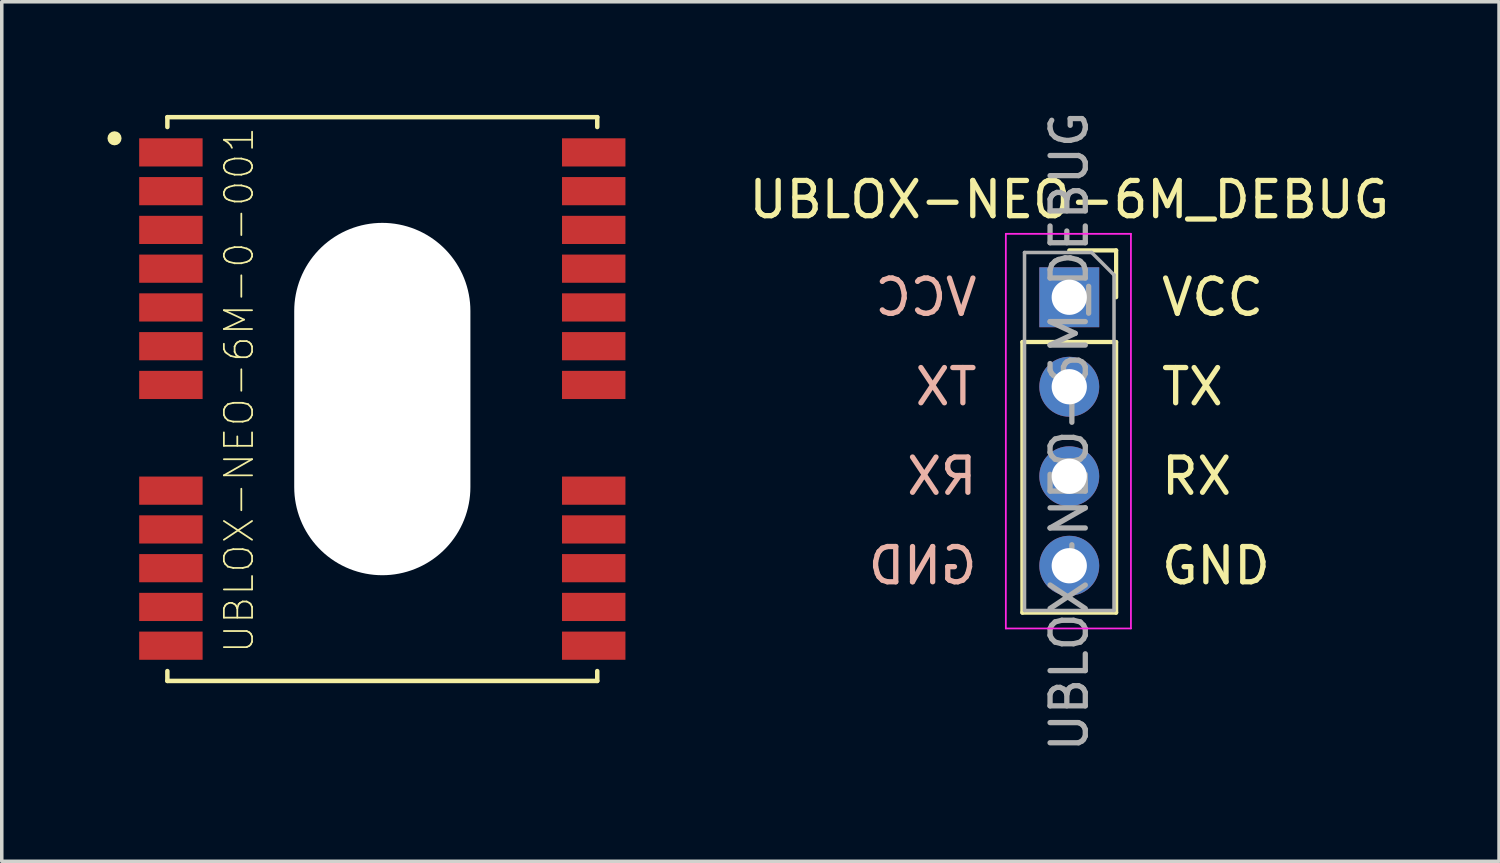
<source format=kicad_pcb>
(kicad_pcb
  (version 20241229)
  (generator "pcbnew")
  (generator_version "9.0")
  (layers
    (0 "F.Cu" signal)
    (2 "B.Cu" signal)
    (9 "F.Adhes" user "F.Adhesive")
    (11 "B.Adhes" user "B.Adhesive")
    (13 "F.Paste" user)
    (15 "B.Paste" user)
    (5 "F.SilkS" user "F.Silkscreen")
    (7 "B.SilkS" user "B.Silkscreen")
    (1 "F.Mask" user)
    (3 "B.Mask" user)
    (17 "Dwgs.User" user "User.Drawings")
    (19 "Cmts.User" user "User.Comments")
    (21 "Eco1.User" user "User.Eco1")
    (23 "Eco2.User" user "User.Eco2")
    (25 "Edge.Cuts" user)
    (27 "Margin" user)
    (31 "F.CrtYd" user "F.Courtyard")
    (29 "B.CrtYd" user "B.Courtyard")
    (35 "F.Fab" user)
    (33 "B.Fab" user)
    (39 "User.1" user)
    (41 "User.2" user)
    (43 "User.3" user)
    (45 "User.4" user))
  (footprint "UBLOX-NEO-6M_DEBUG"
    (layer "F.Cu")
    (at 27.296 5.386)
    (property "Reference" "UBLOX-NEO-6M_DEBUG" (at 0 -2.77 0) (layer "F.SilkS") (effects (font (size 1 1) (thickness 0.15))))
    (attr through_hole)
    (fp_line (start -1.33 1.27) (end -1.33 8.95) (stroke (width 0.12) (type solid)) (layer "F.SilkS"))
    (fp_line (start -1.33 1.27) (end 1.33 1.27) (stroke (width 0.12) (type solid)) (layer "F.SilkS"))
    (fp_line (start -1.33 8.95) (end 1.33 8.95) (stroke (width 0.12) (type solid)) (layer "F.SilkS"))
    (fp_line (start 0 -1.33) (end 1.33 -1.33) (stroke (width 0.12) (type solid)) (layer "F.SilkS"))
    (fp_line (start 1.33 -1.33) (end 1.33 0) (stroke (width 0.12) (type solid)) (layer "F.SilkS"))
    (fp_line (start 1.33 1.27) (end 1.33 8.95) (stroke (width 0.12) (type solid)) (layer "F.SilkS"))
    (fp_line (start -1.8 -1.8) (end 1.75 -1.8) (stroke (width 0.05) (type solid)) (layer "F.CrtYd"))
    (fp_line (start -1.8 9.4) (end -1.8 -1.8) (stroke (width 0.05) (type solid)) (layer "F.CrtYd"))
    (fp_line (start 1.75 -1.8) (end 1.75 9.4) (stroke (width 0.05) (type solid)) (layer "F.CrtYd"))
    (fp_line (start 1.75 9.4) (end -1.8 9.4) (stroke (width 0.05) (type solid)) (layer "F.CrtYd"))
    (fp_line (start -1.27 -1.27) (end 0.635 -1.27) (stroke (width 0.1) (type solid)) (layer "F.Fab"))
    (fp_line (start -1.27 8.89) (end -1.27 -1.27) (stroke (width 0.1) (type solid)) (layer "F.Fab"))
    (fp_line (start 0.635 -1.27) (end 1.27 -0.635) (stroke (width 0.1) (type solid)) (layer "F.Fab"))
    (fp_line (start 1.27 -0.635) (end 1.27 8.89) (stroke (width 0.1) (type solid)) (layer "F.Fab"))
    (fp_line (start 1.27 8.89) (end -1.27 8.89) (stroke (width 0.1) (type solid)) (layer "F.Fab"))
    (fp_text user "RX" (at 2.54 5.08 0) (layer "F.SilkS") (effects (font (size 1 1) (thickness 0.15)) (justify left)))
    (fp_text user "GND" (at 2.54 7.62 0) (layer "F.SilkS") (effects (font (size 1 1) (thickness 0.15)) (justify left)))
    (fp_text user "VCC" (at 2.54 0 0) (layer "F.SilkS") (effects (font (size 1 1) (thickness 0.15)) (justify left)))
    (fp_text user "TX" (at 2.54 2.54 0) (layer "F.SilkS") (effects (font (size 1 1) (thickness 0.15)) (justify left)))
    (fp_text user "TX" (at -2.54 2.54 0) (layer "B.SilkS") (effects (font (size 1 1) (thickness 0.15)) (justify left mirror)))
    (fp_text user "VCC" (at -2.54 0 0) (layer "B.SilkS") (effects (font (size 1 1) (thickness 0.15)) (justify left mirror)))
    (fp_text user "GND" (at -2.54 7.62 0) (layer "B.SilkS") (effects (font (size 1 1) (thickness 0.15)) (justify left mirror)))
    (fp_text user "RX" (at -2.54 5.08 0) (layer "B.SilkS") (effects (font (size 1 1) (thickness 0.15)) (justify left mirror)))
    (fp_text user "${REFERENCE}" (at 0 3.81 90) (layer "F.Fab") (effects (font (size 1 1) (thickness 0.15))))
    (pad "1" thru_hole rect (at 0 0) (size 1.7 1.7) (drill 1) (layers "*.Cu" "*.Mask"))
    (pad "2" thru_hole oval (at 0 2.54) (size 1.7 1.7) (drill 1) (layers "*.Cu" "*.Mask"))
    (pad "3" thru_hole oval (at 0 5.08) (size 1.7 1.7) (drill 1) (layers "*.Cu" "*.Mask"))
    (pad "4" thru_hole oval (at 0 7.62) (size 1.7 1.7) (drill 1) (layers "*.Cu" "*.Mask")))
  (footprint "UBLOX-NEO-6M-0-001"
    (layer "F.Cu")
    (at 7.8 8.275)
    (property "Reference" "UBLOX-NEO-6M-0-001" (at -4.064 -0.254 270) (layer "F.SilkS") (effects (font (size 0.8 0.8) (thickness 0.05))))
    (attr smd)
    (fp_line (start -6.1 -8) (end 6.1 -8) (stroke (width 0.127) (type solid)) (layer "F.SilkS"))
    (fp_line (start -6.1 -7.72) (end -6.1 -8) (stroke (width 0.127) (type solid)) (layer "F.SilkS"))
    (fp_line (start -6.1 7.72) (end -6.1 8) (stroke (width 0.127) (type solid)) (layer "F.SilkS"))
    (fp_line (start -6.1 8) (end 6.1 8) (stroke (width 0.127) (type solid)) (layer "F.SilkS"))
    (fp_line (start 6.1 -8) (end 6.1 -7.72) (stroke (width 0.127) (type solid)) (layer "F.SilkS"))
    (fp_line (start 6.1 8) (end 6.1 7.72) (stroke (width 0.127) (type solid)) (layer "F.SilkS"))
    (fp_circle (center -7.6 -7.4) (end -7.5 -7.4) (stroke (width 0.2) (type solid)) (fill no) (layer "F.SilkS"))
    (fp_poly (pts (xy -7.3 -6.6) (xy -6.1 -6.6) (xy -6.1 -6.7) (xy -5.2 -6.7) (xy -5.2 -7.3) (xy -6.1 -7.3) (xy -6.1 -7.4) (xy -7.3 -7.4)) (stroke (width 0.0001) (type solid)) (fill yes) (layer "F.Paste"))
    (fp_poly (pts (xy -7.3 -5.5) (xy -6.1 -5.5) (xy -6.1 -5.6) (xy -5.2 -5.6) (xy -5.2 -6.2) (xy -6.1 -6.2) (xy -6.1 -6.3) (xy -7.3 -6.3)) (stroke (width 0.0001) (type solid)) (fill yes) (layer "F.Paste"))
    (fp_poly (pts (xy -7.3 -4.4) (xy -6.1 -4.4) (xy -6.1 -4.5) (xy -5.2 -4.5) (xy -5.2 -5.1) (xy -6.1 -5.1) (xy -6.1 -5.2) (xy -7.3 -5.2)) (stroke (width 0.0001) (type solid)) (fill yes) (layer "F.Paste"))
    (fp_poly (pts (xy -7.3 -3.3) (xy -6.1 -3.3) (xy -6.1 -3.4) (xy -5.2 -3.4) (xy -5.2 -4) (xy -6.1 -4) (xy -6.1 -4.1) (xy -7.3 -4.1)) (stroke (width 0.0001) (type solid)) (fill yes) (layer "F.Paste"))
    (fp_poly (pts (xy -7.3 -2.2) (xy -6.1 -2.2) (xy -6.1 -2.3) (xy -5.2 -2.3) (xy -5.2 -2.9) (xy -6.1 -2.9) (xy -6.1 -3) (xy -7.3 -3)) (stroke (width 0.0001) (type solid)) (fill yes) (layer "F.Paste"))
    (fp_poly (pts (xy -7.3 -1.1) (xy -6.1 -1.1) (xy -6.1 -1.2) (xy -5.2 -1.2) (xy -5.2 -1.8) (xy -6.1 -1.8) (xy -6.1 -1.9) (xy -7.3 -1.9)) (stroke (width 0.0001) (type solid)) (fill yes) (layer "F.Paste"))
    (fp_poly (pts (xy -7.3 0) (xy -6.1 0) (xy -6.1 -0.1) (xy -5.2 -0.1) (xy -5.2 -0.7) (xy -6.1 -0.7) (xy -6.1 -0.8) (xy -7.3 -0.8)) (stroke (width 0.0001) (type solid)) (fill yes) (layer "F.Paste"))
    (fp_poly (pts (xy -7.3 2.2) (xy -6.1 2.2) (xy -6.1 2.3) (xy -5.2 2.3) (xy -5.2 2.9) (xy -6.1 2.9) (xy -6.1 3) (xy -7.3 3)) (stroke (width 0.0001) (type solid)) (fill yes) (layer "F.Paste"))
    (fp_poly (pts (xy -7.3 3.3) (xy -6.1 3.3) (xy -6.1 3.4) (xy -5.2 3.4) (xy -5.2 4) (xy -6.1 4) (xy -6.1 4.1) (xy -7.3 4.1)) (stroke (width 0.0001) (type solid)) (fill yes) (layer "F.Paste"))
    (fp_poly (pts (xy -7.3 4.4) (xy -6.1 4.4) (xy -6.1 4.5) (xy -5.2 4.5) (xy -5.2 5.1) (xy -6.1 5.1) (xy -6.1 5.2) (xy -7.3 5.2)) (stroke (width 0.0001) (type solid)) (fill yes) (layer "F.Paste"))
    (fp_poly (pts (xy -7.3 5.5) (xy -6.1 5.5) (xy -6.1 5.6) (xy -5.2 5.6) (xy -5.2 6.2) (xy -6.1 6.2) (xy -6.1 6.3) (xy -7.3 6.3)) (stroke (width 0.0001) (type solid)) (fill yes) (layer "F.Paste"))
    (fp_poly (pts (xy -7.3 6.6) (xy -6.1 6.6) (xy -6.1 6.7) (xy -5.2 6.7) (xy -5.2 7.3) (xy -6.1 7.3) (xy -6.1 7.4) (xy -7.3 7.4)) (stroke (width 0.0001) (type solid)) (fill yes) (layer "F.Paste"))
    (fp_poly (pts (xy 7.3 -6.6) (xy 6.1 -6.6) (xy 6.1 -6.7) (xy 5.2 -6.7) (xy 5.2 -7.3) (xy 6.1 -7.3) (xy 6.1 -7.4) (xy 7.3 -7.4)) (stroke (width 0.0001) (type solid)) (fill yes) (layer "F.Paste"))
    (fp_poly (pts (xy 7.3 -5.5) (xy 6.1 -5.5) (xy 6.1 -5.6) (xy 5.2 -5.6) (xy 5.2 -6.2) (xy 6.1 -6.2) (xy 6.1 -6.3) (xy 7.3 -6.3)) (stroke (width 0.0001) (type solid)) (fill yes) (layer "F.Paste"))
    (fp_poly (pts (xy 7.3 -4.4) (xy 6.1 -4.4) (xy 6.1 -4.5) (xy 5.2 -4.5) (xy 5.2 -5.1) (xy 6.1 -5.1) (xy 6.1 -5.2) (xy 7.3 -5.2)) (stroke (width 0.0001) (type solid)) (fill yes) (layer "F.Paste"))
    (fp_poly (pts (xy 7.3 -3.3) (xy 6.1 -3.3) (xy 6.1 -3.4) (xy 5.2 -3.4) (xy 5.2 -4) (xy 6.1 -4) (xy 6.1 -4.1) (xy 7.3 -4.1)) (stroke (width 0.0001) (type solid)) (fill yes) (layer "F.Paste"))
    (fp_poly (pts (xy 7.3 -2.2) (xy 6.1 -2.2) (xy 6.1 -2.3) (xy 5.2 -2.3) (xy 5.2 -2.9) (xy 6.1 -2.9) (xy 6.1 -3) (xy 7.3 -3)) (stroke (width 0.0001) (type solid)) (fill yes) (layer "F.Paste"))
    (fp_poly (pts (xy 7.3 -1.1) (xy 6.1 -1.1) (xy 6.1 -1.2) (xy 5.2 -1.2) (xy 5.2 -1.8) (xy 6.1 -1.8) (xy 6.1 -1.9) (xy 7.3 -1.9)) (stroke (width 0.0001) (type solid)) (fill yes) (layer "F.Paste"))
    (fp_poly (pts (xy 7.3 0) (xy 6.1 0) (xy 6.1 -0.1) (xy 5.2 -0.1) (xy 5.2 -0.7) (xy 6.1 -0.7) (xy 6.1 -0.8) (xy 7.3 -0.8)) (stroke (width 0.0001) (type solid)) (fill yes) (layer "F.Paste"))
    (fp_poly (pts (xy 7.3 2.2) (xy 6.1 2.2) (xy 6.1 2.3) (xy 5.2 2.3) (xy 5.2 2.9) (xy 6.1 2.9) (xy 6.1 3) (xy 7.3 3)) (stroke (width 0.0001) (type solid)) (fill yes) (layer "F.Paste"))
    (fp_poly (pts (xy 7.3 3.3) (xy 6.1 3.3) (xy 6.1 3.4) (xy 5.2 3.4) (xy 5.2 4) (xy 6.1 4) (xy 6.1 4.1) (xy 7.3 4.1)) (stroke (width 0.0001) (type solid)) (fill yes) (layer "F.Paste"))
    (fp_poly (pts (xy 7.3 4.4) (xy 6.1 4.4) (xy 6.1 4.5) (xy 5.2 4.5) (xy 5.2 5.1) (xy 6.1 5.1) (xy 6.1 5.2) (xy 7.3 5.2)) (stroke (width 0.0001) (type solid)) (fill yes) (layer "F.Paste"))
    (fp_poly (pts (xy 7.3 5.5) (xy 6.1 5.5) (xy 6.1 5.6) (xy 5.2 5.6) (xy 5.2 6.2) (xy 6.1 6.2) (xy 6.1 6.3) (xy 7.3 6.3)) (stroke (width 0.0001) (type solid)) (fill yes) (layer "F.Paste"))
    (fp_poly (pts (xy 7.3 6.6) (xy 6.1 6.6) (xy 6.1 6.7) (xy 5.2 6.7) (xy 5.2 7.3) (xy 6.1 7.3) (xy 6.1 7.4) (xy 7.3 7.4)) (stroke (width 0.0001) (type solid)) (fill yes) (layer "F.Paste"))
    (fp_line (start -7.15 -8.25) (end 7.15 -8.25) (stroke (width 0.05) (type solid)) (layer "Eco1.User"))
    (fp_line (start -7.15 8.25) (end -7.15 -8.25) (stroke (width 0.05) (type solid)) (layer "Eco1.User"))
    (fp_line (start 7.15 -8.25) (end 7.15 8.25) (stroke (width 0.05) (type solid)) (layer "Eco1.User"))
    (fp_line (start 7.15 8.25) (end -7.15 8.25) (stroke (width 0.05) (type solid)) (layer "Eco1.User"))
    (fp_line (start -6.1 -8) (end 6.1 -8) (stroke (width 0.127) (type solid)) (layer "Eco2.User"))
    (fp_line (start -6.1 8) (end -6.1 -8) (stroke (width 0.127) (type solid)) (layer "Eco2.User"))
    (fp_line (start 6.1 -8) (end 6.1 8) (stroke (width 0.127) (type solid)) (layer "Eco2.User"))
    (fp_line (start 6.1 8) (end -6.1 8) (stroke (width 0.127) (type solid)) (layer "Eco2.User"))
    (fp_circle (center -7.6 -7.4) (end -7.5 -7.4) (stroke (width 0.2) (type solid)) (fill no) (layer "Eco2.User"))
    (pad "" np_thru_hole oval (at 0 0 270) (size 10 5) (drill oval 10 5) (layers "*.Cu" "*.Mask"))
    (pad "1" smd rect (at -6 -7 180) (size 1.8 0.8) (layers "F.Cu" "F.Mask" "F.Paste"))
    (pad "2" smd rect (at -6 -5.9 180) (size 1.8 0.8) (layers "F.Cu" "F.Mask" "F.Paste"))
    (pad "3" smd rect (at -6 -4.8 180) (size 1.8 0.8) (layers "F.Cu" "F.Mask" "F.Paste"))
    (pad "4" smd rect (at -6 -3.7 180) (size 1.8 0.8) (layers "F.Cu" "F.Mask" "F.Paste"))
    (pad "5" smd rect (at -6 -2.6 180) (size 1.8 0.8) (layers "F.Cu" "F.Mask" "F.Paste"))
    (pad "6" smd rect (at -6 -1.5 180) (size 1.8 0.8) (layers "F.Cu" "F.Mask" "F.Paste"))
    (pad "7" smd rect (at -6 -0.4 180) (size 1.8 0.8) (layers "F.Cu" "F.Mask" "F.Paste"))
    (pad "8" smd rect (at -6 2.6 180) (size 1.8 0.8) (layers "F.Cu" "F.Mask" "F.Paste"))
    (pad "9" smd rect (at -6 3.7 180) (size 1.8 0.8) (layers "F.Cu" "F.Mask" "F.Paste"))
    (pad "10" smd rect (at -6 4.8 180) (size 1.8 0.8) (layers "F.Cu" "F.Mask" "F.Paste"))
    (pad "11" smd rect (at -6 5.9 180) (size 1.8 0.8) (layers "F.Cu" "F.Mask" "F.Paste"))
    (pad "12" smd rect (at -6 7 180) (size 1.8 0.8) (layers "F.Cu" "F.Mask" "F.Paste"))
    (pad "13" smd rect (at 6 7 180) (size 1.8 0.8) (layers "F.Cu" "F.Mask" "F.Paste"))
    (pad "14" smd rect (at 6 5.9 180) (size 1.8 0.8) (layers "F.Cu" "F.Mask" "F.Paste"))
    (pad "15" smd rect (at 6 4.8 180) (size 1.8 0.8) (layers "F.Cu" "F.Mask" "F.Paste"))
    (pad "16" smd rect (at 6 3.7 180) (size 1.8 0.8) (layers "F.Cu" "F.Mask" "F.Paste"))
    (pad "17" smd rect (at 6 2.6 180) (size 1.8 0.8) (layers "F.Cu" "F.Mask" "F.Paste"))
    (pad "18" smd rect (at 6 -0.4 180) (size 1.8 0.8) (layers "F.Cu" "F.Mask" "F.Paste"))
    (pad "19" smd rect (at 6 -1.5 180) (size 1.8 0.8) (layers "F.Cu" "F.Mask" "F.Paste"))
    (pad "20" smd rect (at 6 -2.6 180) (size 1.8 0.8) (layers "F.Cu" "F.Mask" "F.Paste"))
    (pad "21" smd rect (at 6 -3.7 180) (size 1.8 0.8) (layers "F.Cu" "F.Mask" "F.Paste"))
    (pad "22" smd rect (at 6 -4.8 180) (size 1.8 0.8) (layers "F.Cu" "F.Mask" "F.Paste"))
    (pad "23" smd rect (at 6 -5.9 180) (size 1.8 0.8) (layers "F.Cu" "F.Mask" "F.Paste"))
    (pad "24" smd rect (at 6 -7 180) (size 1.8 0.8) (layers "F.Cu" "F.Mask" "F.Paste")))
  (gr_rect
    (start -3 -3)
    (end 39.493 21.393)
    (stroke (width 0.1) (type default))
    (fill no)
    (layer "Edge.Cuts")))
</source>
